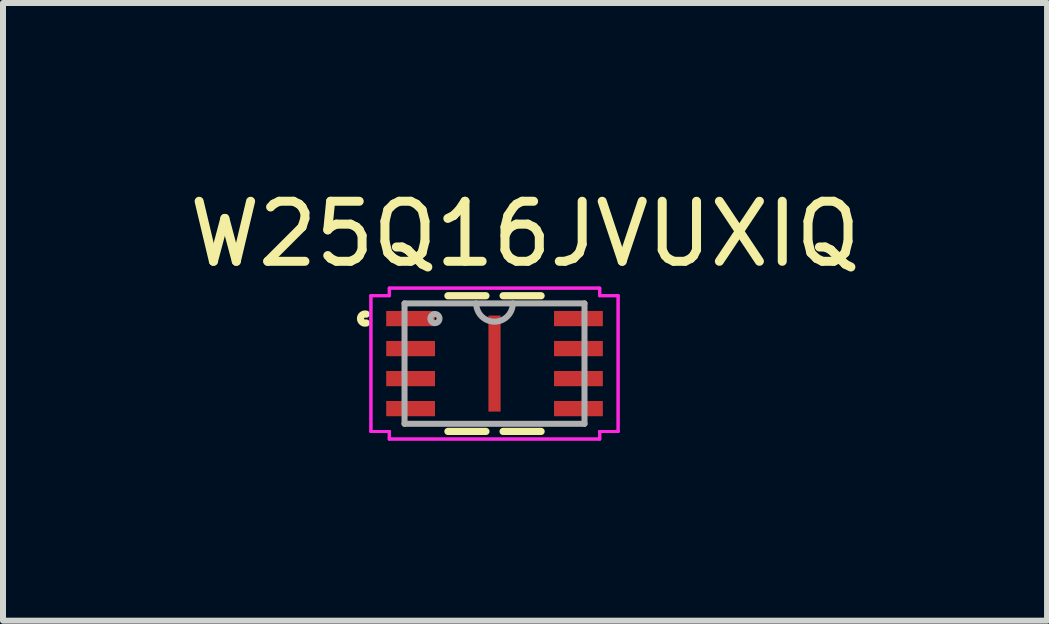
<source format=kicad_pcb>
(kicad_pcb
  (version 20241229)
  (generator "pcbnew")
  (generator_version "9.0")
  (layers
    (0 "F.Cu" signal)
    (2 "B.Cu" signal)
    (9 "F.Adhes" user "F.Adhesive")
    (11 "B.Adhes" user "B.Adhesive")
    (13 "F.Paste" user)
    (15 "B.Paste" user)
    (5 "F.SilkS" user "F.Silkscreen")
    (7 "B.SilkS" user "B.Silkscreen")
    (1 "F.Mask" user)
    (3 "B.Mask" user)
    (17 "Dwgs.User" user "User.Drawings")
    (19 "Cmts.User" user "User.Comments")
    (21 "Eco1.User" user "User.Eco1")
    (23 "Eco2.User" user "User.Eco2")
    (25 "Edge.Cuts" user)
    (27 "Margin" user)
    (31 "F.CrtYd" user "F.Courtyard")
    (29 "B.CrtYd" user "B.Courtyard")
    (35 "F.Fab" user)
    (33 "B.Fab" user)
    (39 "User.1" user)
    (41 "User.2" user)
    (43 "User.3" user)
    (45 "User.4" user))
  (footprint "W25Q16JVUXIQ"
    (layer "F.Cu")
    (at 5.188 3.007)
    (property "Reference" "W25Q16JVUXIQ" (at 0.508 -2.159 0) (layer "F.SilkS") (effects (font (size 1 1) (thickness 0.15))))
    (attr through_hole)
    (fp_line (start -0.776 1.13) (end -0.143 1.13) (stroke (width 0.12) (type solid)) (layer "F.SilkS"))
    (fp_line (start -0.143 -1.13) (end -0.776 -1.13) (stroke (width 0.12) (type solid)) (layer "F.SilkS"))
    (fp_line (start 0.143 1.13) (end 0.776 1.13) (stroke (width 0.12) (type solid)) (layer "F.SilkS"))
    (fp_line (start 0.776 -1.13) (end 0.143 -1.13) (stroke (width 0.12) (type solid)) (layer "F.SilkS"))
    (fp_arc (start -2.13754 -0.676171) (mid -2.2326 -0.75) (end -2.13754 -0.823829) (stroke (width 0.12) (type solid)) (layer "F.SilkS"))
    (fp_line (start -2.059 -1.131) (end -1.753 -1.131) (stroke (width 0.05) (type solid)) (layer "F.CrtYd"))
    (fp_line (start -2.059 -1.131) (end -1.753 -1.131) (stroke (width 0.05) (type solid)) (layer "F.CrtYd"))
    (fp_line (start -2.059 1.131) (end -2.059 -1.131) (stroke (width 0.05) (type solid)) (layer "F.CrtYd"))
    (fp_line (start -2.059 1.131) (end -2.059 -1.131) (stroke (width 0.05) (type solid)) (layer "F.CrtYd"))
    (fp_line (start -2.059 1.131) (end -1.753 1.131) (stroke (width 0.05) (type solid)) (layer "F.CrtYd"))
    (fp_line (start -1.753 -1.257) (end 1.753 -1.257) (stroke (width 0.05) (type solid)) (layer "F.CrtYd"))
    (fp_line (start -1.753 -1.257) (end 1.753 -1.257) (stroke (width 0.05) (type solid)) (layer "F.CrtYd"))
    (fp_line (start -1.753 -1.131) (end -1.753 -1.257) (stroke (width 0.05) (type solid)) (layer "F.CrtYd"))
    (fp_line (start -1.753 -1.131) (end -1.753 -1.257) (stroke (width 0.05) (type solid)) (layer "F.CrtYd"))
    (fp_line (start -1.753 1.131) (end -2.059 1.131) (stroke (width 0.05) (type solid)) (layer "F.CrtYd"))
    (fp_line (start -1.753 1.257) (end -1.753 1.131) (stroke (width 0.05) (type solid)) (layer "F.CrtYd"))
    (fp_line (start -1.753 1.257) (end -1.753 1.131) (stroke (width 0.05) (type solid)) (layer "F.CrtYd"))
    (fp_line (start 1.753 -1.257) (end 1.753 -1.131) (stroke (width 0.05) (type solid)) (layer "F.CrtYd"))
    (fp_line (start 1.753 -1.257) (end 1.753 -1.131) (stroke (width 0.05) (type solid)) (layer "F.CrtYd"))
    (fp_line (start 1.753 -1.131) (end 2.059 -1.131) (stroke (width 0.05) (type solid)) (layer "F.CrtYd"))
    (fp_line (start 1.753 1.131) (end 1.753 1.257) (stroke (width 0.05) (type solid)) (layer "F.CrtYd"))
    (fp_line (start 1.753 1.131) (end 1.753 1.257) (stroke (width 0.05) (type solid)) (layer "F.CrtYd"))
    (fp_line (start 1.753 1.257) (end -1.753 1.257) (stroke (width 0.05) (type solid)) (layer "F.CrtYd"))
    (fp_line (start 1.753 1.257) (end -1.753 1.257) (stroke (width 0.05) (type solid)) (layer "F.CrtYd"))
    (fp_line (start 2.059 -1.131) (end 1.753 -1.131) (stroke (width 0.05) (type solid)) (layer "F.CrtYd"))
    (fp_line (start 2.059 -1.131) (end 2.059 1.131) (stroke (width 0.05) (type solid)) (layer "F.CrtYd"))
    (fp_line (start 2.059 -1.131) (end 2.059 1.131) (stroke (width 0.05) (type solid)) (layer "F.CrtYd"))
    (fp_line (start 2.059 1.131) (end 1.753 1.131) (stroke (width 0.05) (type solid)) (layer "F.CrtYd"))
    (fp_line (start 2.059 1.131) (end 1.753 1.131) (stroke (width 0.05) (type solid)) (layer "F.CrtYd"))
    (fp_line (start -1.499 -1.003) (end -1.499 1.003) (stroke (width 0.1) (type solid)) (layer "F.Fab"))
    (fp_line (start -1.499 1.003) (end 1.499 1.003) (stroke (width 0.1) (type solid)) (layer "F.Fab"))
    (fp_line (start 1.499 -1.003) (end -1.499 -1.003) (stroke (width 0.1) (type solid)) (layer "F.Fab"))
    (fp_line (start 1.499 1.003) (end 1.499 -1.003) (stroke (width 0.1) (type solid)) (layer "F.Fab"))
    (fp_arc (start 0.3048 -1.0033) (mid 0 -0.6985) (end -0.3048 -1.0033) (stroke (width 0.1) (type solid)) (layer "F.Fab"))
    (fp_circle (center -0.992 -0.75) (end -0.916 -0.75) (stroke (width 0.1) (type solid)) (fill no) (layer "F.Fab"))
    (pad "1" smd rect (at -1.398 -0.75) (size 0.813 0.254) (layers "F.Cu" "F.Mask" "F.Paste"))
    (pad "2" smd rect (at -1.398 -0.25) (size 0.813 0.254) (layers "F.Cu" "F.Mask" "F.Paste"))
    (pad "3" smd rect (at -1.398 0.25) (size 0.813 0.254) (layers "F.Cu" "F.Mask" "F.Paste"))
    (pad "4" smd rect (at -1.398 0.75) (size 0.813 0.254) (layers "F.Cu" "F.Mask" "F.Paste"))
    (pad "5" smd rect (at 1.398 0.75) (size 0.813 0.254) (layers "F.Cu" "F.Mask" "F.Paste"))
    (pad "6" smd rect (at 1.398 0.25) (size 0.813 0.254) (layers "F.Cu" "F.Mask" "F.Paste"))
    (pad "7" smd rect (at 1.398 -0.25) (size 0.813 0.254) (layers "F.Cu" "F.Mask" "F.Paste"))
    (pad "8" smd rect (at 1.398 -0.75) (size 0.813 0.254) (layers "F.Cu" "F.Mask" "F.Paste"))
    (pad "9" smd rect (at 0 0) (size 0.203 1.6) (layers "F.Cu" "F.Mask" "F.Paste")))
  (gr_rect
    (start -3 -3)
    (end 14.393 7.29)
    (stroke (width 0.1) (type default))
    (fill no)
    (layer "Edge.Cuts")))
</source>
